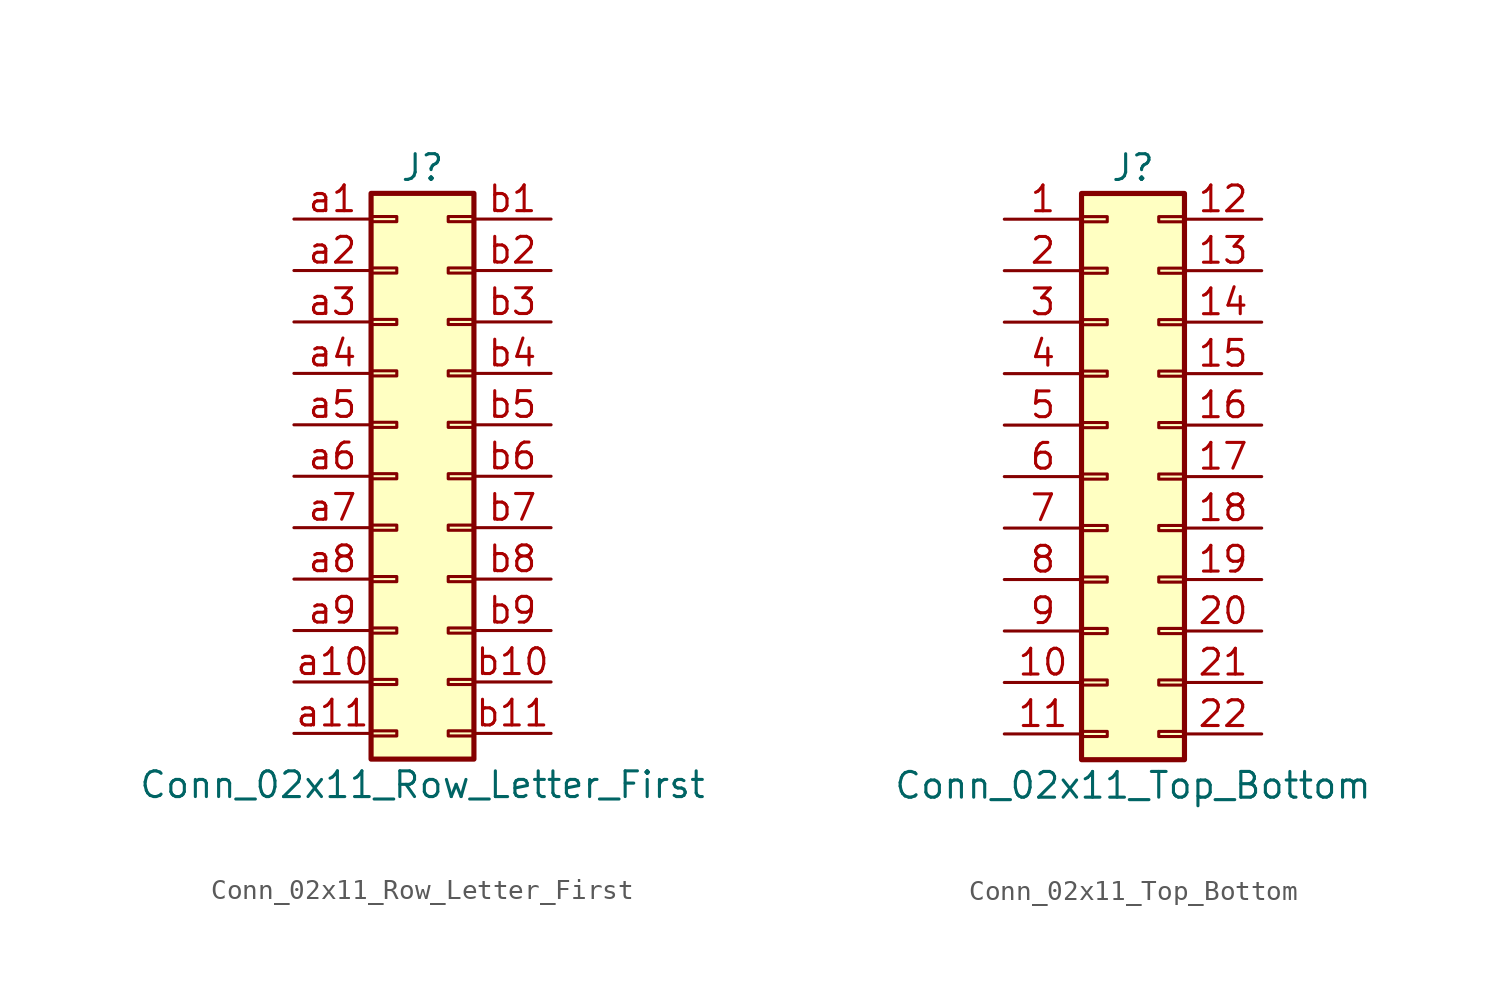
<source format=kicad_sym>
(kicad_symbol_lib
  (version 20220914)
  (generator kicad_symbol_editor)
  (symbol "Conn_02x11_Row_Letter_First"
    (pin_names
      (offset 1.016) hide)
    (property "Reference" "J"
      (at 1.27 15.24 0)
      (effects (font (size 1.27 1.27))))
    (property "Value" "Conn_02x11_Row_Letter_First"
      (at 1.27 -15.24 0)
      (effects (font (size 1.27 1.27))))
    (symbol "Conn_02x11_Row_Letter_First_1_1"
      (rectangle (start -1.27 -12.573) (end 0 -12.827) (stroke (width 0.152) (type default)) (fill (type none)))
      (rectangle (start -1.27 -10.033) (end 0 -10.287) (stroke (width 0.152) (type default)) (fill (type none)))
      (rectangle (start -1.27 -7.493) (end 0 -7.747) (stroke (width 0.152) (type default)) (fill (type none)))
      (rectangle (start -1.27 -4.953) (end 0 -5.207) (stroke (width 0.152) (type default)) (fill (type none)))
      (rectangle (start -1.27 -2.413) (end 0 -2.667) (stroke (width 0.152) (type default)) (fill (type none)))
      (rectangle (start -1.27 0.127) (end 0 -0.127) (stroke (width 0.152) (type default)) (fill (type none)))
      (rectangle (start -1.27 2.667) (end 0 2.413) (stroke (width 0.152) (type default)) (fill (type none)))
      (rectangle (start -1.27 5.207) (end 0 4.953) (stroke (width 0.152) (type default)) (fill (type none)))
      (rectangle (start -1.27 7.747) (end 0 7.493) (stroke (width 0.152) (type default)) (fill (type none)))
      (rectangle (start -1.27 10.287) (end 0 10.033) (stroke (width 0.152) (type default)) (fill (type none)))
      (rectangle (start -1.27 12.827) (end 0 12.573) (stroke (width 0.152) (type default)) (fill (type none)))
      (rectangle (start -1.27 13.97) (end 3.81 -13.97) (stroke (width 0.254) (type default)) (fill (type background)))
      (rectangle (start 3.81 -12.573) (end 2.54 -12.827) (stroke (width 0.152) (type default)) (fill (type none)))
      (rectangle (start 3.81 -10.033) (end 2.54 -10.287) (stroke (width 0.152) (type default)) (fill (type none)))
      (rectangle (start 3.81 -7.493) (end 2.54 -7.747) (stroke (width 0.152) (type default)) (fill (type none)))
      (rectangle (start 3.81 -4.953) (end 2.54 -5.207) (stroke (width 0.152) (type default)) (fill (type none)))
      (rectangle (start 3.81 -2.413) (end 2.54 -2.667) (stroke (width 0.152) (type default)) (fill (type none)))
      (rectangle (start 3.81 0.127) (end 2.54 -0.127) (stroke (width 0.152) (type default)) (fill (type none)))
      (rectangle (start 3.81 2.667) (end 2.54 2.413) (stroke (width 0.152) (type default)) (fill (type none)))
      (rectangle (start 3.81 5.207) (end 2.54 4.953) (stroke (width 0.152) (type default)) (fill (type none)))
      (rectangle (start 3.81 7.747) (end 2.54 7.493) (stroke (width 0.152) (type default)) (fill (type none)))
      (rectangle (start 3.81 10.287) (end 2.54 10.033) (stroke (width 0.152) (type default)) (fill (type none)))
      (rectangle (start 3.81 12.827) (end 2.54 12.573) (stroke (width 0.152) (type default)) (fill (type none)))
      (pin passive line (at -5.08 12.7 0) (length 3.81) (name "Pin_a1" (effects (font (size 1.27 1.27)))) (number "a1" (effects (font (size 1.27 1.27)))))
      (pin passive line (at -5.08 -10.16 0) (length 3.81) (name "Pin_a10" (effects (font (size 1.27 1.27)))) (number "a10" (effects (font (size 1.27 1.27)))))
      (pin passive line (at -5.08 -12.7 0) (length 3.81) (name "Pin_a11" (effects (font (size 1.27 1.27)))) (number "a11" (effects (font (size 1.27 1.27)))))
      (pin passive line (at -5.08 10.16 0) (length 3.81) (name "Pin_a2" (effects (font (size 1.27 1.27)))) (number "a2" (effects (font (size 1.27 1.27)))))
      (pin passive line (at -5.08 7.62 0) (length 3.81) (name "Pin_a3" (effects (font (size 1.27 1.27)))) (number "a3" (effects (font (size 1.27 1.27)))))
      (pin passive line (at -5.08 5.08 0) (length 3.81) (name "Pin_a4" (effects (font (size 1.27 1.27)))) (number "a4" (effects (font (size 1.27 1.27)))))
      (pin passive line (at -5.08 2.54 0) (length 3.81) (name "Pin_a5" (effects (font (size 1.27 1.27)))) (number "a5" (effects (font (size 1.27 1.27)))))
      (pin passive line (at -5.08 0 0) (length 3.81) (name "Pin_a6" (effects (font (size 1.27 1.27)))) (number "a6" (effects (font (size 1.27 1.27)))))
      (pin passive line (at -5.08 -2.54 0) (length 3.81) (name "Pin_a7" (effects (font (size 1.27 1.27)))) (number "a7" (effects (font (size 1.27 1.27)))))
      (pin passive line (at -5.08 -5.08 0) (length 3.81) (name "Pin_a8" (effects (font (size 1.27 1.27)))) (number "a8" (effects (font (size 1.27 1.27)))))
      (pin passive line (at -5.08 -7.62 0) (length 3.81) (name "Pin_a9" (effects (font (size 1.27 1.27)))) (number "a9" (effects (font (size 1.27 1.27)))))
      (pin passive line (at 7.62 12.7 180) (length 3.81) (name "Pin_b1" (effects (font (size 1.27 1.27)))) (number "b1" (effects (font (size 1.27 1.27)))))
      (pin passive line (at 7.62 -10.16 180) (length 3.81) (name "Pin_b10" (effects (font (size 1.27 1.27)))) (number "b10" (effects (font (size 1.27 1.27)))))
      (pin passive line (at 7.62 -12.7 180) (length 3.81) (name "Pin_b11" (effects (font (size 1.27 1.27)))) (number "b11" (effects (font (size 1.27 1.27)))))
      (pin passive line (at 7.62 10.16 180) (length 3.81) (name "Pin_b2" (effects (font (size 1.27 1.27)))) (number "b2" (effects (font (size 1.27 1.27)))))
      (pin passive line (at 7.62 7.62 180) (length 3.81) (name "Pin_b3" (effects (font (size 1.27 1.27)))) (number "b3" (effects (font (size 1.27 1.27)))))
      (pin passive line (at 7.62 5.08 180) (length 3.81) (name "Pin_b4" (effects (font (size 1.27 1.27)))) (number "b4" (effects (font (size 1.27 1.27)))))
      (pin passive line (at 7.62 2.54 180) (length 3.81) (name "Pin_b5" (effects (font (size 1.27 1.27)))) (number "b5" (effects (font (size 1.27 1.27)))))
      (pin passive line (at 7.62 0 180) (length 3.81) (name "Pin_b6" (effects (font (size 1.27 1.27)))) (number "b6" (effects (font (size 1.27 1.27)))))
      (pin passive line (at 7.62 -2.54 180) (length 3.81) (name "Pin_b7" (effects (font (size 1.27 1.27)))) (number "b7" (effects (font (size 1.27 1.27)))))
      (pin passive line (at 7.62 -5.08 180) (length 3.81) (name "Pin_b8" (effects (font (size 1.27 1.27)))) (number "b8" (effects (font (size 1.27 1.27)))))
      (pin passive line (at 7.62 -7.62 180) (length 3.81) (name "Pin_b9" (effects (font (size 1.27 1.27)))) (number "b9" (effects (font (size 1.27 1.27)))))))
  (symbol "Conn_02x11_Top_Bottom"
    (pin_names
      (offset 1.016) hide)
    (property "Reference" "J"
      (at 1.27 15.24 0)
      (effects (font (size 1.27 1.27))))
    (property "Value" "Conn_02x11_Top_Bottom"
      (at 1.27 -15.24 0)
      (effects (font (size 1.27 1.27))))
    (symbol "Conn_02x11_Top_Bottom_1_1"
      (rectangle (start -1.27 -12.573) (end 0 -12.827) (stroke (width 0.152) (type default)) (fill (type none)))
      (rectangle (start -1.27 -10.033) (end 0 -10.287) (stroke (width 0.152) (type default)) (fill (type none)))
      (rectangle (start -1.27 -7.493) (end 0 -7.747) (stroke (width 0.152) (type default)) (fill (type none)))
      (rectangle (start -1.27 -4.953) (end 0 -5.207) (stroke (width 0.152) (type default)) (fill (type none)))
      (rectangle (start -1.27 -2.413) (end 0 -2.667) (stroke (width 0.152) (type default)) (fill (type none)))
      (rectangle (start -1.27 0.127) (end 0 -0.127) (stroke (width 0.152) (type default)) (fill (type none)))
      (rectangle (start -1.27 2.667) (end 0 2.413) (stroke (width 0.152) (type default)) (fill (type none)))
      (rectangle (start -1.27 5.207) (end 0 4.953) (stroke (width 0.152) (type default)) (fill (type none)))
      (rectangle (start -1.27 7.747) (end 0 7.493) (stroke (width 0.152) (type default)) (fill (type none)))
      (rectangle (start -1.27 10.287) (end 0 10.033) (stroke (width 0.152) (type default)) (fill (type none)))
      (rectangle (start -1.27 12.827) (end 0 12.573) (stroke (width 0.152) (type default)) (fill (type none)))
      (rectangle (start -1.27 13.97) (end 3.81 -13.97) (stroke (width 0.254) (type default)) (fill (type background)))
      (rectangle (start 3.81 -12.573) (end 2.54 -12.827) (stroke (width 0.152) (type default)) (fill (type none)))
      (rectangle (start 3.81 -10.033) (end 2.54 -10.287) (stroke (width 0.152) (type default)) (fill (type none)))
      (rectangle (start 3.81 -7.493) (end 2.54 -7.747) (stroke (width 0.152) (type default)) (fill (type none)))
      (rectangle (start 3.81 -4.953) (end 2.54 -5.207) (stroke (width 0.152) (type default)) (fill (type none)))
      (rectangle (start 3.81 -2.413) (end 2.54 -2.667) (stroke (width 0.152) (type default)) (fill (type none)))
      (rectangle (start 3.81 0.127) (end 2.54 -0.127) (stroke (width 0.152) (type default)) (fill (type none)))
      (rectangle (start 3.81 2.667) (end 2.54 2.413) (stroke (width 0.152) (type default)) (fill (type none)))
      (rectangle (start 3.81 5.207) (end 2.54 4.953) (stroke (width 0.152) (type default)) (fill (type none)))
      (rectangle (start 3.81 7.747) (end 2.54 7.493) (stroke (width 0.152) (type default)) (fill (type none)))
      (rectangle (start 3.81 10.287) (end 2.54 10.033) (stroke (width 0.152) (type default)) (fill (type none)))
      (rectangle (start 3.81 12.827) (end 2.54 12.573) (stroke (width 0.152) (type default)) (fill (type none)))
      (pin passive line (at -5.08 12.7 0) (length 3.81) (name "Pin_1" (effects (font (size 1.27 1.27)))) (number "1" (effects (font (size 1.27 1.27)))))
      (pin passive line (at -5.08 -10.16 0) (length 3.81) (name "Pin_10" (effects (font (size 1.27 1.27)))) (number "10" (effects (font (size 1.27 1.27)))))
      (pin passive line (at -5.08 -12.7 0) (length 3.81) (name "Pin_11" (effects (font (size 1.27 1.27)))) (number "11" (effects (font (size 1.27 1.27)))))
      (pin passive line (at 7.62 12.7 180) (length 3.81) (name "Pin_12" (effects (font (size 1.27 1.27)))) (number "12" (effects (font (size 1.27 1.27)))))
      (pin passive line (at 7.62 10.16 180) (length 3.81) (name "Pin_13" (effects (font (size 1.27 1.27)))) (number "13" (effects (font (size 1.27 1.27)))))
      (pin passive line (at 7.62 7.62 180) (length 3.81) (name "Pin_14" (effects (font (size 1.27 1.27)))) (number "14" (effects (font (size 1.27 1.27)))))
      (pin passive line (at 7.62 5.08 180) (length 3.81) (name "Pin_15" (effects (font (size 1.27 1.27)))) (number "15" (effects (font (size 1.27 1.27)))))
      (pin passive line (at 7.62 2.54 180) (length 3.81) (name "Pin_16" (effects (font (size 1.27 1.27)))) (number "16" (effects (font (size 1.27 1.27)))))
      (pin passive line (at 7.62 0 180) (length 3.81) (name "Pin_17" (effects (font (size 1.27 1.27)))) (number "17" (effects (font (size 1.27 1.27)))))
      (pin passive line (at 7.62 -2.54 180) (length 3.81) (name "Pin_18" (effects (font (size 1.27 1.27)))) (number "18" (effects (font (size 1.27 1.27)))))
      (pin passive line (at 7.62 -5.08 180) (length 3.81) (name "Pin_19" (effects (font (size 1.27 1.27)))) (number "19" (effects (font (size 1.27 1.27)))))
      (pin passive line (at -5.08 10.16 0) (length 3.81) (name "Pin_2" (effects (font (size 1.27 1.27)))) (number "2" (effects (font (size 1.27 1.27)))))
      (pin passive line (at 7.62 -7.62 180) (length 3.81) (name "Pin_20" (effects (font (size 1.27 1.27)))) (number "20" (effects (font (size 1.27 1.27)))))
      (pin passive line (at 7.62 -10.16 180) (length 3.81) (name "Pin_21" (effects (font (size 1.27 1.27)))) (number "21" (effects (font (size 1.27 1.27)))))
      (pin passive line (at 7.62 -12.7 180) (length 3.81) (name "Pin_22" (effects (font (size 1.27 1.27)))) (number "22" (effects (font (size 1.27 1.27)))))
      (pin passive line (at -5.08 7.62 0) (length 3.81) (name "Pin_3" (effects (font (size 1.27 1.27)))) (number "3" (effects (font (size 1.27 1.27)))))
      (pin passive line (at -5.08 5.08 0) (length 3.81) (name "Pin_4" (effects (font (size 1.27 1.27)))) (number "4" (effects (font (size 1.27 1.27)))))
      (pin passive line (at -5.08 2.54 0) (length 3.81) (name "Pin_5" (effects (font (size 1.27 1.27)))) (number "5" (effects (font (size 1.27 1.27)))))
      (pin passive line (at -5.08 0 0) (length 3.81) (name "Pin_6" (effects (font (size 1.27 1.27)))) (number "6" (effects (font (size 1.27 1.27)))))
      (pin passive line (at -5.08 -2.54 0) (length 3.81) (name "Pin_7" (effects (font (size 1.27 1.27)))) (number "7" (effects (font (size 1.27 1.27)))))
      (pin passive line (at -5.08 -5.08 0) (length 3.81) (name "Pin_8" (effects (font (size 1.27 1.27)))) (number "8" (effects (font (size 1.27 1.27)))))
      (pin passive line (at -5.08 -7.62 0) (length 3.81) (name "Pin_9" (effects (font (size 1.27 1.27)))) (number "9" (effects (font (size 1.27 1.27))))))))
</source>
